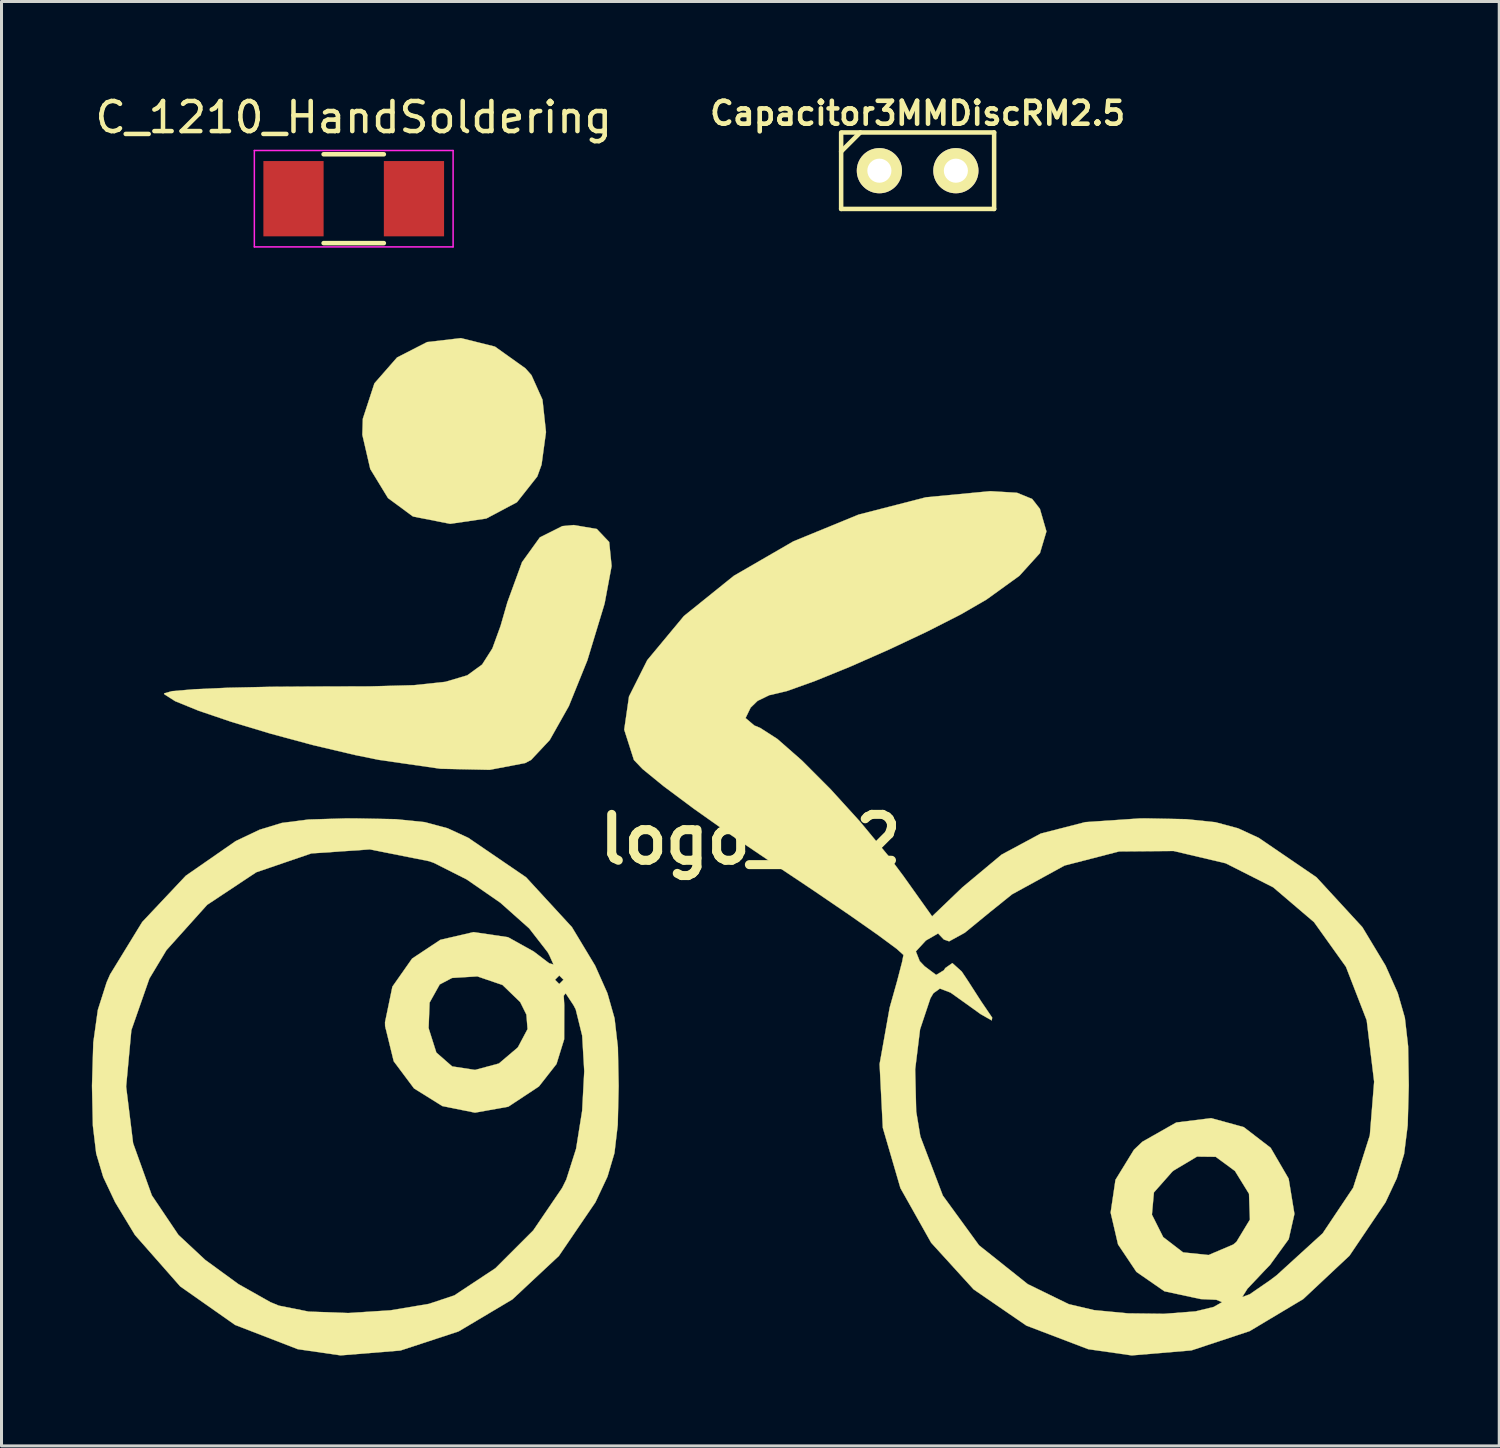
<source format=kicad_pcb>
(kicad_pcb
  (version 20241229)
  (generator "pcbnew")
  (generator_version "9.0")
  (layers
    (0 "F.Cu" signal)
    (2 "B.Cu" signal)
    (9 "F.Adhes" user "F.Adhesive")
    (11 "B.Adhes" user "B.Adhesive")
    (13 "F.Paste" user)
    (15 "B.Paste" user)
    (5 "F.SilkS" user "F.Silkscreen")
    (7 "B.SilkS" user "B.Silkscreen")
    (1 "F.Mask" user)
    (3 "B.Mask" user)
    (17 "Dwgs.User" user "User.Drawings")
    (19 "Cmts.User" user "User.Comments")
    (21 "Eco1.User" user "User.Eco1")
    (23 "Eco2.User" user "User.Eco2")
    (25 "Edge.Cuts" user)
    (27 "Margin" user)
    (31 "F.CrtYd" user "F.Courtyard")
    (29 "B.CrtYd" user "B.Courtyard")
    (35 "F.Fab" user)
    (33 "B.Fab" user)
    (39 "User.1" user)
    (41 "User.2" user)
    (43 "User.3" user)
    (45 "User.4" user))
  (footprint "logo_vk2"
    (layer "F.Cu")
    (at 21.871 24.827)
    (property "Reference" "logo_vk2" (at 0 0 0) (layer "F.SilkS") (effects (font (size 1.524 1.524) (thickness 0.3))))
    (attr through_hole)
    (fp_poly (pts (xy -8.487 -16.368) (xy -7.474 -15.646) (xy -7.273 -15.419) (xy -6.907 -14.604) (xy -6.791 -13.529) (xy -6.938 -12.446) (xy -7.08 -12.054) (xy -7.756 -11.199) (xy -8.773 -10.659) (xy -9.972 -10.483) (xy -11.195 -10.724) (xy -11.217 -10.733) (xy -12.037 -11.338) (xy -12.626 -12.304) (xy -12.889 -13.44) (xy -12.873 -13.97) (xy -12.488 -15.148) (xy -11.736 -16.007) (xy -10.738 -16.518) (xy -9.615 -16.649) (xy -8.487 -16.368)) (stroke (width 0.01) (type solid)) (fill yes) (layer "F.SilkS"))
    (fp_poly (pts (xy -5.103 -10.311) (xy -4.692 -9.878) (xy -4.612 -9.081) (xy -4.84 -7.859) (xy -4.856 -7.796) (xy -5.416 -5.952) (xy -6.031 -4.431) (xy -6.666 -3.304) (xy -7.285 -2.643) (xy -7.482 -2.539) (xy -8.661 -2.314) (xy -10.295 -2.35) (xy -12.341 -2.645) (xy -13.123 -2.804) (xy -14.526 -3.135) (xy -15.932 -3.514) (xy -17.234 -3.906) (xy -18.327 -4.277) (xy -19.105 -4.594) (xy -19.462 -4.821) (xy -19.473 -4.853) (xy -19.206 -4.927) (xy -18.465 -4.99) (xy -17.34 -5.04) (xy -15.922 -5.071) (xy -14.545 -5.08) (xy -12.62 -5.085) (xy -11.177 -5.125) (xy -10.132 -5.236) (xy -9.405 -5.452) (xy -8.912 -5.81) (xy -8.571 -6.345) (xy -8.299 -7.093) (xy -8.072 -7.88) (xy -7.586 -9.211) (xy -6.993 -10.034) (xy -6.248 -10.407) (xy -5.868 -10.442) (xy -5.103 -10.311)) (stroke (width 0.01) (type solid)) (fill yes) (layer "F.SilkS"))
    (fp_poly (pts (xy -11.776 -0.675) (xy -10.813 -0.576) (xy -10.058 -0.373) (xy -9.371 -0.056) (xy -7.452 1.254) (xy -5.929 2.91) (xy -5.159 4.188) (xy -4.751 5.105) (xy -4.514 5.937) (xy -4.403 6.9) (xy -4.378 8.184) (xy -4.408 9.476) (xy -4.517 10.411) (xy -4.749 11.194) (xy -5.143 12.033) (xy -5.15 12.047) (xy -6.362 13.827) (xy -7.907 15.271) (xy -9.693 16.334) (xy -11.625 16.969) (xy -13.61 17.13) (xy -15.033 16.924) (xy -17.113 16.12) (xy -18.937 14.839) (xy -20.44 13.132) (xy -21.096 12.047) (xy -21.493 11.208) (xy -21.726 10.428) (xy -21.837 9.502) (xy -21.865 8.224) (xy -21.865 8.205) (xy -20.733 8.205) (xy -20.501 10.084) (xy -19.879 11.817) (xy -18.996 13.13) (xy -18.106 13.96) (xy -17.005 14.763) (xy -15.943 15.362) (xy -15.663 15.478) (xy -14.673 15.676) (xy -13.364 15.724) (xy -11.959 15.634) (xy -10.68 15.42) (xy -9.836 15.139) (xy -8.472 14.237) (xy -7.214 12.98) (xy -6.254 11.569) (xy -6.116 11.289) (xy -5.791 10.268) (xy -5.59 9.008) (xy -5.52 7.694) (xy -5.589 6.51) (xy -5.804 5.64) (xy -5.876 5.503) (xy -6.138 5.106) (xy -6.202 5.188) (xy -6.184 5.503) (xy -6.188 6.635) (xy -6.442 7.455) (xy -7.015 8.187) (xy -7.034 8.206) (xy -8.042 8.872) (xy -9.148 9.07) (xy -10.233 8.851) (xy -11.173 8.265) (xy -11.847 7.364) (xy -12.116 6.265) (xy -10.689 6.265) (xy -10.432 7.074) (xy -9.907 7.534) (xy -9.147 7.651) (xy -8.355 7.438) (xy -7.733 6.91) (xy -7.714 6.882) (xy -7.403 6.296) (xy -7.441 5.814) (xy -7.646 5.4) (xy -8.235 4.83) (xy -8.744 4.657) (xy -6.491 4.657) (xy -6.35 4.798) (xy -6.209 4.657) (xy -6.35 4.516) (xy -6.491 4.657) (xy -8.744 4.657) (xy -9.07 4.545) (xy -9.91 4.597) (xy -10.32 4.813) (xy -10.656 5.416) (xy -10.689 6.265) (xy -12.116 6.265) (xy -12.133 6.198) (xy -12.136 6.068) (xy -11.891 4.886) (xy -11.237 3.954) (xy -10.298 3.331) (xy -9.196 3.075) (xy -8.052 3.244) (xy -7.199 3.718) (xy -6.689 4.107) (xy -6.542 4.151) (xy -6.675 3.852) (xy -6.734 3.743) (xy -7.348 2.952) (xy -8.306 2.099) (xy -9.422 1.327) (xy -10.512 0.777) (xy -10.667 0.721) (xy -12.639 0.328) (xy -14.582 0.462) (xy -16.412 1.088) (xy -18.043 2.17) (xy -19.394 3.674) (xy -19.961 4.618) (xy -20.559 6.332) (xy -20.733 8.205) (xy -21.865 8.205) (xy -21.866 8.184) (xy -21.823 6.741) (xy -21.672 5.659) (xy -21.38 4.742) (xy -21.266 4.481) (xy -20.198 2.738) (xy -18.752 1.203) (xy -17.094 0.052) (xy -17.092 0.051) (xy -16.301 -0.325) (xy -15.56 -0.551) (xy -14.678 -0.664) (xy -13.467 -0.7) (xy -13.123 -0.701) (xy -11.776 -0.675)) (stroke (width 0.01) (type solid)) (fill yes) (layer "F.SilkS"))
    (fp_poly (pts (xy 8.849 -11.514) (xy 9.355 -11.307) (xy 9.61 -10.98) (xy 9.827 -10.231) (xy 9.612 -9.511) (xy 8.929 -8.757) (xy 7.835 -7.967) (xy 6.986 -7.476) (xy 5.865 -6.905) (xy 4.601 -6.309) (xy 3.32 -5.744) (xy 2.15 -5.267) (xy 1.219 -4.933) (xy 0.655 -4.798) (xy 0.635 -4.798) (xy 0.234 -4.603) (xy 0.004 -4.379) (xy -0.164 -4.033) (xy 0.127 -3.786) (xy 0.322 -3.706) (xy 0.891 -3.34) (xy 1.701 -2.63) (xy 2.649 -1.681) (xy 3.634 -0.598) (xy 4.556 0.515) (xy 5.073 1.206) (xy 6.031 2.552) (xy 7.037 1.588) (xy 8.338 0.502) (xy 9.64 -0.198) (xy 11.116 -0.577) (xy 12.938 -0.701) (xy 13.123 -0.702) (xy 14.471 -0.675) (xy 15.434 -0.575) (xy 16.19 -0.372) (xy 16.875 -0.056) (xy 18.794 1.254) (xy 20.318 2.91) (xy 21.088 4.188) (xy 21.493 5.098) (xy 21.729 5.918) (xy 21.837 6.863) (xy 21.859 8.151) (xy 21.859 8.184) (xy 21.823 9.49) (xy 21.704 10.442) (xy 21.462 11.246) (xy 21.087 12.047) (xy 19.89 13.82) (xy 18.353 15.261) (xy 16.573 16.325) (xy 14.643 16.964) (xy 12.66 17.131) (xy 11.214 16.924) (xy 9.161 16.141) (xy 7.408 14.937) (xy 5.999 13.389) (xy 4.979 11.575) (xy 4.394 9.572) (xy 4.296 7.633) (xy 5.468 7.633) (xy 5.502 9.027) (xy 5.64 9.859) (xy 6.387 11.824) (xy 7.589 13.475) (xy 9.206 14.764) (xy 10.57 15.43) (xy 11.408 15.627) (xy 12.535 15.735) (xy 13.73 15.75) (xy 14.776 15.669) (xy 15.381 15.522) (xy 15.66 15.362) (xy 15.47 15.284) (xy 14.95 15.26) (xy 13.745 15.001) (xy 12.815 14.357) (xy 12.205 13.446) (xy 11.975 12.457) (xy 13.33 12.457) (xy 13.704 13.202) (xy 14.365 13.71) (xy 15.209 13.798) (xy 16.029 13.45) (xy 16.135 13.362) (xy 16.584 12.621) (xy 16.554 11.764) (xy 16.087 11.007) (xy 15.448 10.536) (xy 14.827 10.529) (xy 14.061 10.986) (xy 14.008 11.027) (xy 13.396 11.719) (xy 13.33 12.457) (xy 11.975 12.457) (xy 11.959 12.388) (xy 12.12 11.3) (xy 12.733 10.302) (xy 13.013 10.036) (xy 14.139 9.397) (xy 15.298 9.253) (xy 16.379 9.55) (xy 17.273 10.237) (xy 17.87 11.262) (xy 18.062 12.432) (xy 17.872 13.271) (xy 17.249 14.13) (xy 17.103 14.28) (xy 16.501 14.918) (xy 16.328 15.193) (xy 16.578 15.101) (xy 17.245 14.641) (xy 17.471 14.471) (xy 18.999 13.078) (xy 20.013 11.562) (xy 20.566 9.823) (xy 20.709 8.043) (xy 20.462 6.004) (xy 19.773 4.227) (xy 18.713 2.744) (xy 17.358 1.588) (xy 15.778 0.789) (xy 14.049 0.381) (xy 12.241 0.396) (xy 10.429 0.864) (xy 8.685 1.82) (xy 7.929 2.429) (xy 7.115 3.096) (xy 6.596 3.381) (xy 6.421 3.32) (xy 6.23 3.119) (xy 5.837 3.346) (xy 5.817 3.362) (xy 5.491 3.715) (xy 5.619 4.038) (xy 5.782 4.209) (xy 6.165 4.497) (xy 6.421 4.342) (xy 6.47 4.267) (xy 6.704 4.104) (xy 7.015 4.384) (xy 7.219 4.69) (xy 7.663 5.381) (xy 8.023 5.911) (xy 8.026 5.915) (xy 8.01 6.008) (xy 7.64 5.797) (xy 7.287 5.543) (xy 6.644 5.084) (xy 6.289 4.949) (xy 6.073 5.105) (xy 5.974 5.273) (xy 5.631 6.302) (xy 5.468 7.633) (xy 4.296 7.633) (xy 4.287 7.458) (xy 4.622 5.581) (xy 4.869 4.702) (xy 5.036 4.059) (xy 5.08 3.833) (xy 4.856 3.631) (xy 4.234 3.171) (xy 3.287 2.507) (xy 2.09 1.691) (xy 0.776 0.813) (xy -0.624 -0.134) (xy -1.873 -1.016) (xy -2.887 -1.772) (xy -3.583 -2.34) (xy -3.871 -2.641) (xy -4.193 -3.648) (xy -4.034 -4.75) (xy -3.429 -5.955) (xy -2.21 -7.422) (xy -0.553 -8.757) (xy 1.421 -9.899) (xy 3.587 -10.788) (xy 5.826 -11.364) (xy 7.963 -11.567) (xy 8.849 -11.514)) (stroke (width 0.01) (type solid)) (fill yes) (layer "F.SilkS")))
  (footprint "C_1210_HandSoldering"
    (layer "F.Cu")
    (at 8.696 3.548)
    (property "Reference" "C_1210_HandSoldering" (at 0 -2.7 0) (layer "F.SilkS") (effects (font (size 1 1) (thickness 0.15))))
    (attr smd)
    (fp_line (start -1 1.475) (end 1 1.475) (stroke (width 0.15) (type solid)) (layer "F.SilkS"))
    (fp_line (start 1 -1.475) (end -1 -1.475) (stroke (width 0.15) (type solid)) (layer "F.SilkS"))
    (fp_line (start -3.3 -1.6) (end -3.3 1.6) (stroke (width 0.05) (type solid)) (layer "F.CrtYd"))
    (fp_line (start -3.3 -1.6) (end 3.3 -1.6) (stroke (width 0.05) (type solid)) (layer "F.CrtYd"))
    (fp_line (start -3.3 1.6) (end 3.3 1.6) (stroke (width 0.05) (type solid)) (layer "F.CrtYd"))
    (fp_line (start 3.3 -1.6) (end 3.3 1.6) (stroke (width 0.05) (type solid)) (layer "F.CrtYd"))
    (pad "1" smd rect (at -2 0) (size 2 2.5) (layers "F.Cu" "F.Mask" "F.Paste"))
    (pad "2" smd rect (at 2 0) (size 2 2.5) (layers "F.Cu" "F.Mask" "F.Paste")))
  (footprint "Capacitor3MMDiscRM2.5"
    (layer "F.Cu")
    (at 27.421 2.618)
    (property "Reference" "Capacitor3MMDiscRM2.5" (at 0 -1.905 0) (layer "F.SilkS") (effects (font (size 0.762 0.762) (thickness 0.152))))
    (attr through_hole)
    (fp_line (start -2.54 -0.635) (end -1.905 -1.27) (stroke (width 0.15) (type solid)) (layer "F.SilkS"))
    (fp_line (start -2.54 1.27) (end -2.54 -1.27) (stroke (width 0.15) (type solid)) (layer "F.SilkS"))
    (fp_line (start -2.489 -1.27) (end 2.54 -1.27) (stroke (width 0.15) (type solid)) (layer "F.SilkS"))
    (fp_line (start 2.54 -1.27) (end 2.54 1.27) (stroke (width 0.15) (type solid)) (layer "F.SilkS"))
    (fp_line (start 2.54 1.27) (end -2.54 1.27) (stroke (width 0.15) (type solid)) (layer "F.SilkS"))
    (pad "1" thru_hole circle (at -1.27 0) (size 1.501 1.501) (drill 0.8) (layers "*.Cu" "*.Mask" "F.SilkS"))
    (pad "2" thru_hole circle (at 1.27 0) (size 1.501 1.501) (drill 0.8) (layers "*.Cu" "*.Mask" "F.SilkS")))
  (gr_rect
    (start -3 -3)
    (end 46.734 44.963)
    (stroke (width 0.1) (type default))
    (fill no)
    (layer "Edge.Cuts")))
</source>
